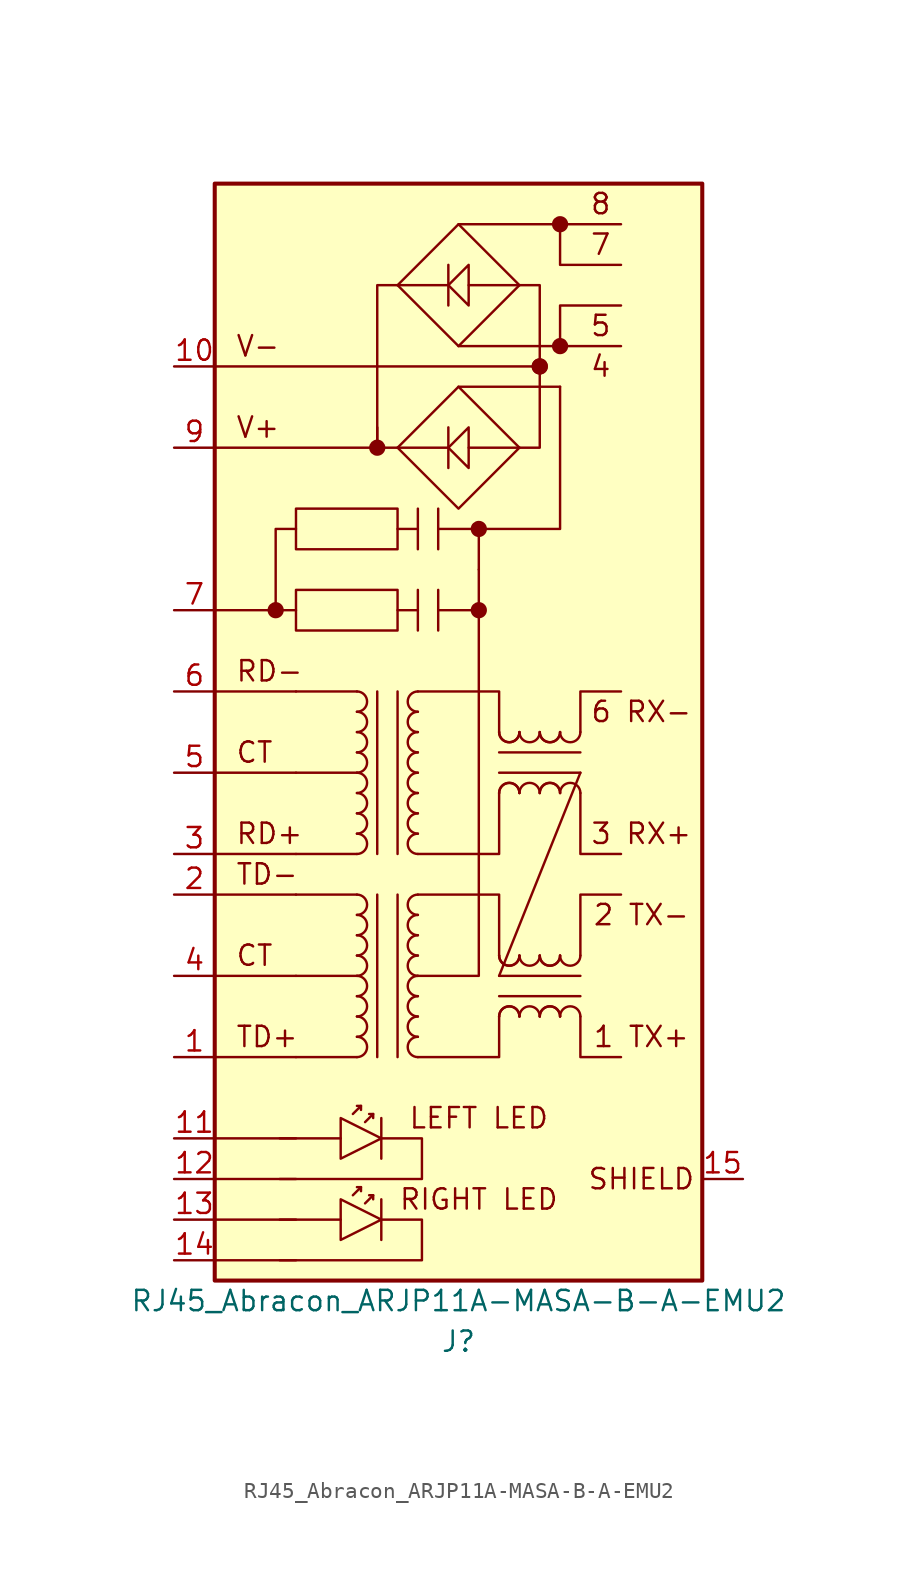
<source format=kicad_sym>
(kicad_symbol_lib
  (version 20200908)
  (generator kicad_symbol_editor)
  (symbol "Connector:RJ45_Abracon_ARJP11A-MASA-B-A-EMU2"
    (pin_names
      (offset 1.016) hide)
    (property "Reference" "J"
      (at 0 -38.1 0)
      (effects (font (size 1.27 1.27))))
    (property "Value" "RJ45_Abracon_ARJP11A-MASA-B-A-EMU2"
      (at 0 -35.56 0)
      (effects (font (size 1.27 1.27))))
    (symbol "RJ45_Abracon_ARJP11A-MASA-B-A-EMU2_0_1"
      (arc (start -6.35 -16.51) (end -6.35 -15.24) (radius (at -6.35 -15.875) (length 0.635) (angles -89.9 89.9)) (stroke (width 0)) (fill (type none)))
      (arc (start -6.35 -13.97) (end -6.35 -13.97) (radius (at -6.35 -15.24) (length 1.27) (angles 90 90)) (stroke (width 0)) (fill (type none)))
      (arc (start -6.35 -15.24) (end -6.35 -13.97) (radius (at -6.35 -14.605) (length 0.635) (angles -89.9 89.9)) (stroke (width 0)) (fill (type none)))
      (arc (start -6.35 -11.43) (end -6.35 -10.16) (radius (at -6.35 -10.795) (length 0.635) (angles -89.9 89.9)) (stroke (width 0)) (fill (type none)))
      (polyline (pts (xy -6.35 -20.32) (xy -10.16 -20.32)) (stroke (width 0)) (fill (type none)))
      (polyline (pts (xy -6.35 -15.24) (xy -10.16 -15.24)) (stroke (width 0)) (fill (type none)))
      (polyline (pts (xy -6.35 -10.16) (xy -10.16 -10.16)) (stroke (width 0)) (fill (type none)))
      (polyline (pts (xy -6.35 -7.62) (xy -10.16 -7.62)) (stroke (width 0)) (fill (type none)))
      (polyline (pts (xy -6.35 -2.54) (xy -10.16 -2.54)) (stroke (width 0)) (fill (type none)))
      (polyline (pts (xy -6.35 2.54) (xy -10.16 2.54)) (stroke (width 0)) (fill (type none)))
      (polyline (pts (xy -6.096 -28.448) (xy -6.35 -28.448)) (stroke (width 0)) (fill (type none)))
      (polyline (pts (xy -5.334 -28.956) (xy -5.588 -28.956)) (stroke (width 0)) (fill (type none)))
      (polyline (pts (xy -4.826 -24.13) (xy -4.826 -26.67)) (stroke (width 0)) (fill (type none)))
      (polyline (pts (xy -1.27 7.62) (xy 1.27 7.62)) (stroke (width 0)) (fill (type none)))
      (polyline (pts (xy -0.635 17.78) (xy -3.81 17.78)) (stroke (width 0)) (fill (type none)))
      (polyline (pts (xy -0.635 19.05) (xy -0.635 16.51)) (stroke (width 0)) (fill (type none)))
      (polyline (pts (xy 0.635 17.78) (xy 3.81 17.78)) (stroke (width 0)) (fill (type none)))
      (polyline (pts (xy -6.604 -28.956) (xy -6.096 -28.448) (xy -6.096 -28.702)) (stroke (width 0)) (fill (type none)))
      (polyline (pts (xy -5.842 -29.464) (xy -5.334 -28.956) (xy -5.334 -29.21)) (stroke (width 0)) (fill (type none)))
      (polyline (pts (xy -7.366 -24.13) (xy -7.366 -26.67) (xy -4.826 -25.4) (xy -7.366 -24.13)) (stroke (width 0)) (fill (type none)))
      (polyline (pts (xy 0.635 19.05) (xy 0.635 16.51) (xy -0.635 17.78) (xy 0.635 19.05)) (stroke (width 0)) (fill (type none))))
    (symbol "RJ45_Abracon_ARJP11A-MASA-B-A-EMU2_1_1"
      (arc (start -6.35 -20.32) (end -6.35 -19.05) (radius (at -6.35 -19.685) (length 0.635) (angles -89.9 89.9)) (stroke (width 0)) (fill (type none)))
      (arc (start -6.35 -17.78) (end -6.35 -17.78) (radius (at -6.35 -19.05) (length 1.27) (angles 90 90)) (stroke (width 0)) (fill (type none)))
      (arc (start -6.35 -19.05) (end -6.35 -17.78) (radius (at -6.35 -18.415) (length 0.635) (angles -89.9 89.9)) (stroke (width 0)) (fill (type none)))
      (arc (start -6.35 -17.78) (end -6.35 -16.51) (radius (at -6.35 -17.145) (length 0.635) (angles -89.9 89.9)) (stroke (width 0)) (fill (type none)))
      (arc (start -6.35 -13.97) (end -6.35 -12.7) (radius (at -6.35 -13.335) (length 0.635) (angles -89.9 89.9)) (stroke (width 0)) (fill (type none)))
      (arc (start -6.35 -12.7) (end -6.35 -11.43) (radius (at -6.35 -12.065) (length 0.635) (angles -89.9 89.9)) (stroke (width 0)) (fill (type none)))
      (arc (start -6.35 -7.62) (end -6.35 -6.35) (radius (at -6.35 -6.985) (length 0.635) (angles -89.9 89.9)) (stroke (width 0)) (fill (type none)))
      (arc (start -6.35 -5.08) (end -6.35 -5.08) (radius (at -6.35 -6.35) (length 1.27) (angles 90 90)) (stroke (width 0)) (fill (type none)))
      (arc (start -6.35 -6.35) (end -6.35 -5.08) (radius (at -6.35 -5.715) (length 0.635) (angles -89.9 89.9)) (stroke (width 0)) (fill (type none)))
      (arc (start -6.35 -3.81) (end -6.35 -3.81) (radius (at -6.35 -5.08) (length 1.27) (angles 90 90)) (stroke (width 0)) (fill (type none)))
      (arc (start -6.35 -5.08) (end -6.35 -3.81) (radius (at -6.35 -4.445) (length 0.635) (angles -89.9 89.9)) (stroke (width 0)) (fill (type none)))
      (arc (start -6.35 -3.81) (end -6.35 -2.54) (radius (at -6.35 -3.175) (length 0.635) (angles -89.9 89.9)) (stroke (width 0)) (fill (type none)))
      (arc (start -6.35 -2.54) (end -6.35 -1.27) (radius (at -6.35 -1.905) (length 0.635) (angles -89.9 89.9)) (stroke (width 0)) (fill (type none)))
      (arc (start -6.35 -1.27) (end -6.35 0) (radius (at -6.35 -0.635) (length 0.635) (angles -89.9 89.9)) (stroke (width 0)) (fill (type none)))
      (arc (start -6.35 1.27) (end -6.35 1.27) (radius (at -6.35 0) (length 1.27) (angles 90 90)) (stroke (width 0)) (fill (type none)))
      (arc (start -6.35 0) (end -6.35 1.27) (radius (at -6.35 0.635) (length 0.635) (angles -89.9 89.9)) (stroke (width 0)) (fill (type none)))
      (arc (start -6.35 1.27) (end -6.35 2.54) (radius (at -6.35 1.905) (length 0.635) (angles -89.9 89.9)) (stroke (width 0)) (fill (type none)))
      (arc (start -2.54 -19.05) (end -2.54 -20.32) (radius (at -2.54 -19.685) (length 0.635) (angles 90.1 -90.1)) (stroke (width 0)) (fill (type none)))
      (arc (start -2.54 -17.78) (end -2.54 -19.05) (radius (at -2.54 -18.415) (length 0.635) (angles 90.1 -90.1)) (stroke (width 0)) (fill (type none)))
      (arc (start -2.54 -19.05) (end -2.54 -19.05) (radius (at -2.54 -17.78) (length 1.27) (angles -90 -90)) (stroke (width 0)) (fill (type none)))
      (arc (start -2.54 -16.51) (end -2.54 -17.78) (radius (at -2.54 -17.145) (length 0.635) (angles 90.1 -90.1)) (stroke (width 0)) (fill (type none)))
      (arc (start -2.54 -15.24) (end -2.54 -16.51) (radius (at -2.54 -15.875) (length 0.635) (angles 90.1 -90.1)) (stroke (width 0)) (fill (type none)))
      (arc (start -2.54 -13.97) (end -2.54 -15.24) (radius (at -2.54 -14.605) (length 0.635) (angles 90.1 -90.1)) (stroke (width 0)) (fill (type none)))
      (arc (start -2.54 -15.24) (end -2.54 -15.24) (radius (at -2.54 -13.97) (length 1.27) (angles -90 -90)) (stroke (width 0)) (fill (type none)))
      (arc (start -2.54 -12.7) (end -2.54 -13.97) (radius (at -2.54 -13.335) (length 0.635) (angles 90.1 -90.1)) (stroke (width 0)) (fill (type none)))
      (arc (start -2.54 -11.43) (end -2.54 -12.7) (radius (at -2.54 -12.065) (length 0.635) (angles 90.1 -90.1)) (stroke (width 0)) (fill (type none)))
      (arc (start -2.54 -10.16) (end -2.54 -11.43) (radius (at -2.54 -10.795) (length 0.635) (angles 90.1 -90.1)) (stroke (width 0)) (fill (type none)))
      (arc (start -2.54 -6.35) (end -2.54 -7.62) (radius (at -2.54 -6.985) (length 0.635) (angles 90.1 -90.1)) (stroke (width 0)) (fill (type none)))
      (arc (start -2.54 -5.08) (end -2.54 -6.35) (radius (at -2.54 -5.715) (length 0.635) (angles 90.1 -90.1)) (stroke (width 0)) (fill (type none)))
      (arc (start -2.54 -6.35) (end -2.54 -6.35) (radius (at -2.54 -5.08) (length 1.27) (angles -90 -90)) (stroke (width 0)) (fill (type none)))
      (arc (start -2.54 -3.81) (end -2.54 -5.08) (radius (at -2.54 -4.445) (length 0.635) (angles 90.1 -90.1)) (stroke (width 0)) (fill (type none)))
      (arc (start -2.54 -2.54) (end -2.54 -3.81) (radius (at -2.54 -3.175) (length 0.635) (angles 90.1 -90.1)) (stroke (width 0)) (fill (type none)))
      (arc (start -2.54 -3.81) (end -2.54 -3.81) (radius (at -2.54 -2.54) (length 1.27) (angles -90 -90)) (stroke (width 0)) (fill (type none)))
      (arc (start -2.54 -1.27) (end -2.54 -2.54) (radius (at -2.54 -1.905) (length 0.635) (angles 90.1 -90.1)) (stroke (width 0)) (fill (type none)))
      (arc (start -2.54 0) (end -2.54 -1.27) (radius (at -2.54 -0.635) (length 0.635) (angles 90.1 -90.1)) (stroke (width 0)) (fill (type none)))
      (arc (start -2.54 1.27) (end -2.54 0) (radius (at -2.54 0.635) (length 0.635) (angles 90.1 -90.1)) (stroke (width 0)) (fill (type none)))
      (arc (start -2.54 0) (end -2.54 0) (radius (at -2.54 1.27) (length 1.27) (angles -90 -90)) (stroke (width 0)) (fill (type none)))
      (arc (start -2.54 2.54) (end -2.54 1.27) (radius (at -2.54 1.905) (length 0.635) (angles 90.1 -90.1)) (stroke (width 0)) (fill (type none)))
      (arc (start 3.81 -13.97) (end 3.81 -13.97) (radius (at 2.54 -13.97) (length 1.27) (angles 0 0)) (stroke (width 0)) (fill (type none)))
      (arc (start 3.81 0) (end 3.81 0) (radius (at 2.54 0) (length 1.27) (angles 0 0)) (stroke (width 0)) (fill (type none)))
      (arc (start 3.81 -17.78) (end 2.54 -17.78) (radius (at 3.175 -17.78) (length 0.635) (angles 0.1 179.9)) (stroke (width 0)) (fill (type none)))
      (arc (start 3.81 -17.78) (end 2.54 -17.78) (radius (at 3.175 -17.78) (length 0.635) (angles 0.1 179.9)) (stroke (width 0)) (fill (type none)))
      (arc (start 2.54 -13.97) (end 3.81 -13.97) (radius (at 3.175 -13.97) (length 0.635) (angles -179.9 -0.1)) (stroke (width 0)) (fill (type none)))
      (arc (start 2.54 -13.97) (end 3.81 -13.97) (radius (at 3.175 -13.97) (length 0.635) (angles -179.9 -0.1)) (stroke (width 0)) (fill (type none)))
      (arc (start 3.81 -3.81) (end 2.54 -3.81) (radius (at 3.175 -3.81) (length 0.635) (angles 0.1 179.9)) (stroke (width 0)) (fill (type none)))
      (arc (start 3.81 -3.81) (end 2.54 -3.81) (radius (at 3.175 -3.81) (length 0.635) (angles 0.1 179.9)) (stroke (width 0)) (fill (type none)))
      (arc (start 2.54 0) (end 3.81 0) (radius (at 3.175 0) (length 0.635) (angles -179.9 -0.1)) (stroke (width 0)) (fill (type none)))
      (arc (start 2.54 0) (end 3.81 0) (radius (at 3.175 0) (length 0.635) (angles -179.9 -0.1)) (stroke (width 0)) (fill (type none)))
      (arc (start 2.54 -17.78) (end 2.54 -17.78) (radius (at 3.81 -17.78) (length 1.27) (angles 180 180)) (stroke (width 0)) (fill (type none)))
      (arc (start 2.54 -3.81) (end 2.54 -3.81) (radius (at 3.81 -3.81) (length 1.27) (angles 180 180)) (stroke (width 0)) (fill (type none)))
      (arc (start 5.08 -17.78) (end 3.81 -17.78) (radius (at 4.445 -17.78) (length 0.635) (angles 0.1 179.9)) (stroke (width 0)) (fill (type none)))
      (arc (start 3.81 -13.97) (end 5.08 -13.97) (radius (at 4.445 -13.97) (length 0.635) (angles -179.9 -0.1)) (stroke (width 0)) (fill (type none)))
      (arc (start 5.08 -3.81) (end 3.81 -3.81) (radius (at 4.445 -3.81) (length 0.635) (angles 0.1 179.9)) (stroke (width 0)) (fill (type none)))
      (arc (start 3.81 0) (end 5.08 0) (radius (at 4.445 0) (length 0.635) (angles -179.9 -0.1)) (stroke (width 0)) (fill (type none)))
      (arc (start 6.35 -13.97) (end 6.35 -13.97) (radius (at 5.08 -13.97) (length 1.27) (angles 0 0)) (stroke (width 0)) (fill (type none)))
      (arc (start 6.35 0) (end 6.35 0) (radius (at 5.08 0) (length 1.27) (angles 0 0)) (stroke (width 0)) (fill (type none)))
      (arc (start 6.35 -17.78) (end 5.08 -17.78) (radius (at 5.715 -17.78) (length 0.635) (angles 0.1 179.9)) (stroke (width 0)) (fill (type none)))
      (arc (start 6.35 -17.78) (end 5.08 -17.78) (radius (at 5.715 -17.78) (length 0.635) (angles 0.1 179.9)) (stroke (width 0)) (fill (type none)))
      (arc (start 5.08 -13.97) (end 6.35 -13.97) (radius (at 5.715 -13.97) (length 0.635) (angles -179.9 -0.1)) (stroke (width 0)) (fill (type none)))
      (arc (start 5.08 -13.97) (end 6.35 -13.97) (radius (at 5.715 -13.97) (length 0.635) (angles -179.9 -0.1)) (stroke (width 0)) (fill (type none)))
      (arc (start 6.35 -3.81) (end 5.08 -3.81) (radius (at 5.715 -3.81) (length 0.635) (angles 0.1 179.9)) (stroke (width 0)) (fill (type none)))
      (arc (start 6.35 -3.81) (end 5.08 -3.81) (radius (at 5.715 -3.81) (length 0.635) (angles 0.1 179.9)) (stroke (width 0)) (fill (type none)))
      (arc (start 5.08 0) (end 6.35 0) (radius (at 5.715 0) (length 0.635) (angles -179.9 -0.1)) (stroke (width 0)) (fill (type none)))
      (arc (start 5.08 0) (end 6.35 0) (radius (at 5.715 0) (length 0.635) (angles -179.9 -0.1)) (stroke (width 0)) (fill (type none)))
      (arc (start 5.08 -17.78) (end 5.08 -17.78) (radius (at 6.35 -17.78) (length 1.27) (angles 180 180)) (stroke (width 0)) (fill (type none)))
      (arc (start 5.08 -3.81) (end 5.08 -3.81) (radius (at 6.35 -3.81) (length 1.27) (angles 180 180)) (stroke (width 0)) (fill (type none)))
      (arc (start 7.62 -17.78) (end 6.35 -17.78) (radius (at 6.985 -17.78) (length 0.635) (angles 0.1 179.9)) (stroke (width 0)) (fill (type none)))
      (arc (start 6.35 -13.97) (end 7.62 -13.97) (radius (at 6.985 -13.97) (length 0.635) (angles -179.9 -0.1)) (stroke (width 0)) (fill (type none)))
      (arc (start 7.62 -3.81) (end 6.35 -3.81) (radius (at 6.985 -3.81) (length 0.635) (angles 0.1 179.9)) (stroke (width 0)) (fill (type none)))
      (arc (start 6.35 0) (end 7.62 0) (radius (at 6.985 0) (length 0.635) (angles -179.9 -0.1)) (stroke (width 0)) (fill (type none)))
      (circle (center -11.43 7.62) (radius 0) (stroke (width 0.508)) (fill (type none)))
      (circle (center -5.08 17.78) (radius 0) (stroke (width 0.508)) (fill (type none)))
      (circle (center 1.27 12.7) (radius 0) (stroke (width 0.508)) (fill (type none)))
      (circle (center 5.08 22.86) (radius 0) (stroke (width 0.508)) (fill (type none)))
      (circle (center 5.08 22.86) (radius 0) (stroke (width 0.508)) (fill (type none)))
      (circle (center 6.35 24.13) (radius 0) (stroke (width 0.508)) (fill (type none)))
      (circle (center 6.35 31.75) (radius 0) (stroke (width 0.508)) (fill (type none)))
      (text "CT" (at -13.97 -13.97 0) (effects (font (size 1.27 1.27)) (justify left)))
      (text "RD+" (at -13.97 -6.35 0) (effects (font (size 1.27 1.27)) (justify left)))
      (text "RIGHT LED" (at 1.27 -29.21 0) (effects (font (size 1.27 1.27))))
      (text "TD+" (at -13.97 -19.05 0) (effects (font (size 1.27 1.27)) (justify left)))
      (text "TD-" (at -13.97 -8.89 0) (effects (font (size 1.27 1.27)) (justify left)))
      (rectangle (start -3.81 13.97) (end -10.16 11.43) (stroke (width 0)) (fill (type none)))
      (polyline (pts (xy -11.176 -30.48) (xy -7.366 -30.48)) (stroke (width 0)) (fill (type none)))
      (polyline (pts (xy -6.096 -23.368) (xy -6.35 -23.368)) (stroke (width 0)) (fill (type none)))
      (polyline (pts (xy -5.334 -23.876) (xy -5.588 -23.876)) (stroke (width 0)) (fill (type none)))
      (polyline (pts (xy -5.08 -10.16) (xy -5.08 -20.32)) (stroke (width 0)) (fill (type none)))
      (polyline (pts (xy -5.08 2.54) (xy -5.08 -7.62)) (stroke (width 0)) (fill (type none)))
      (polyline (pts (xy -4.826 -29.21) (xy -4.826 -31.75)) (stroke (width 0)) (fill (type none)))
      (polyline (pts (xy -3.81 -20.32) (xy -3.81 -10.16)) (stroke (width 0)) (fill (type none)))
      (polyline (pts (xy -3.81 -7.62) (xy -3.81 2.54)) (stroke (width 0)) (fill (type none)))
      (polyline (pts (xy -2.54 13.97) (xy -2.54 11.43)) (stroke (width 0)) (fill (type none)))
      (polyline (pts (xy -0.635 27.94) (xy -3.81 27.94)) (stroke (width 0)) (fill (type none)))
      (polyline (pts (xy -0.635 29.21) (xy -0.635 26.67)) (stroke (width 0)) (fill (type none)))
      (polyline (pts (xy 0.635 27.94) (xy 3.81 27.94)) (stroke (width 0)) (fill (type none)))
      (polyline (pts (xy 2.54 -16.51) (xy 7.62 -16.51)) (stroke (width 0)) (fill (type none)))
      (polyline (pts (xy 2.54 -15.24) (xy 7.62 -2.54)) (stroke (width 0)) (fill (type none)))
      (polyline (pts (xy 2.54 -2.54) (xy 7.62 -2.54)) (stroke (width 0)) (fill (type none)))
      (polyline (pts (xy 7.62 -15.24) (xy 2.54 -15.24)) (stroke (width 0)) (fill (type none)))
      (polyline (pts (xy 7.62 -1.27) (xy 2.54 -1.27)) (stroke (width 0)) (fill (type none)))
      (polyline (pts (xy -6.604 -23.876) (xy -6.096 -23.368) (xy -6.096 -23.622)) (stroke (width 0)) (fill (type none)))
      (polyline (pts (xy -5.842 -24.384) (xy -5.334 -23.876) (xy -5.334 -24.13)) (stroke (width 0)) (fill (type none)))
      (polyline (pts (xy -2.54 -10.16) (xy 2.54 -10.16) (xy 2.54 -13.97)) (stroke (width 0)) (fill (type none)))
      (polyline (pts (xy -2.54 -7.62) (xy 2.54 -7.62) (xy 2.54 -3.81)) (stroke (width 0)) (fill (type none)))
      (polyline (pts (xy -2.54 2.54) (xy 2.54 2.54) (xy 2.54 0)) (stroke (width 0)) (fill (type none)))
      (polyline (pts (xy 2.54 -17.78) (xy 2.54 -20.32) (xy -2.54 -20.32)) (stroke (width 0)) (fill (type none)))
      (polyline (pts (xy 7.62 -17.78) (xy 7.62 -20.32) (xy 10.16 -20.32)) (stroke (width 0)) (fill (type none)))
      (polyline (pts (xy 7.62 -13.97) (xy 7.62 -10.16) (xy 10.16 -10.16)) (stroke (width 0)) (fill (type none)))
      (polyline (pts (xy 7.62 -3.81) (xy 7.62 -7.62) (xy 10.16 -7.62)) (stroke (width 0)) (fill (type none)))
      (polyline (pts (xy 7.62 0) (xy 7.62 2.54) (xy 10.16 2.54)) (stroke (width 0)) (fill (type none)))
      (polyline (pts (xy -7.366 -29.21) (xy -7.366 -31.75) (xy -4.826 -30.48) (xy -7.366 -29.21)) (stroke (width 0)) (fill (type none)))
      (polyline (pts (xy -4.826 -30.48) (xy -2.286 -30.48) (xy -2.286 -33.02) (xy -11.176 -33.02)) (stroke (width 0)) (fill (type none)))
      (polyline (pts (xy 0.635 29.21) (xy 0.635 26.67) (xy -0.635 27.94) (xy 0.635 29.21)) (stroke (width 0)) (fill (type none)))
      (polyline (pts (xy -3.81 27.94) (xy 0 24.13) (xy 3.81 27.94) (xy 0 31.75) (xy -3.81 27.94)) (stroke (width 0)) (fill (type none)))
      (pin passive line (at -17.78 -20.32 0) (length 2.54) (name "TD+" (effects (font (size 1.27 1.27)))) (number "1" (effects (font (size 1.27 1.27)))))
      (pin power_out line (at -17.78 22.86 0) (length 2.54) (name "V-" (effects (font (size 1.27 1.27)))) (number "10" (effects (font (size 1.27 1.27)))))
      (pin passive line (at -17.78 -25.4 0) (length 2.54) (name "LLED+" (effects (font (size 1.27 1.27)))) (number "11" (effects (font (size 1.27 1.27)))))
      (pin passive line (at -17.78 -27.94 0) (length 2.54) (name "LLED-" (effects (font (size 1.27 1.27)))) (number "12" (effects (font (size 1.27 1.27)))))
      (pin passive line (at -17.78 -30.48 0) (length 2.54) (name "RLED+" (effects (font (size 1.27 1.27)))) (number "13" (effects (font (size 1.27 1.27)))))
      (pin passive line (at -17.78 -33.02 0) (length 2.54) (name "RLED-" (effects (font (size 1.27 1.27)))) (number "14" (effects (font (size 1.27 1.27)))))
      (pin passive line (at 17.78 -27.94 180) (length 2.54) (name "SHIELD" (effects (font (size 1.27 1.27)))) (number "15" (effects (font (size 1.27 1.27)))))
      (pin passive line (at -17.78 -10.16 0) (length 2.54) (name "TD-" (effects (font (size 1.27 1.27)))) (number "2" (effects (font (size 1.27 1.27)))))
      (pin passive line (at -17.78 -7.62 0) (length 2.54) (name "RD+" (effects (font (size 1.27 1.27)))) (number "3" (effects (font (size 1.27 1.27)))))
      (pin passive line (at -17.78 -15.24 0) (length 2.54) (name "CT" (effects (font (size 1.27 1.27)))) (number "4" (effects (font (size 1.27 1.27)))))
      (pin passive line (at -17.78 -2.54 0) (length 2.54) (name "CT" (effects (font (size 1.27 1.27)))) (number "5" (effects (font (size 1.27 1.27)))))
      (pin passive line (at -17.78 2.54 0) (length 2.54) (name "RD-" (effects (font (size 1.27 1.27)))) (number "6" (effects (font (size 1.27 1.27)))))
      (pin passive line (at -17.78 7.62 0) (length 2.54) (name "7" (effects (font (size 1.27 1.27)))) (number "7" (effects (font (size 1.27 1.27)))))
      (pin power_out line (at -17.78 17.78 0) (length 2.54) (name "V+" (effects (font (size 1.27 1.27)))) (number "9" (effects (font (size 1.27 1.27))))))
    (symbol "RJ45_Abracon_ARJP11A-MASA-B-A-EMU2_0_0"
      (circle (center 1.27 7.62) (radius 0) (stroke (width 0.508)) (fill (type none)))
      (text "1 TX+" (at 11.43 -19.05 0) (effects (font (size 1.27 1.27))))
      (text "2 TX-" (at 11.43 -11.43 0) (effects (font (size 1.27 1.27))))
      (text "3 RX+" (at 11.43 -6.35 0) (effects (font (size 1.27 1.27))))
      (text "4" (at 8.89 22.86 0) (effects (font (size 1.27 1.27))))
      (text "5" (at 8.89 25.4 0) (effects (font (size 1.27 1.27))))
      (text "6 RX-" (at 11.43 1.27 0) (effects (font (size 1.27 1.27))))
      (text "7" (at 8.89 30.48 0) (effects (font (size 1.27 1.27))))
      (text "8" (at 8.89 33.02 0) (effects (font (size 1.27 1.27))))
      (text "CT" (at -13.97 -1.27 0) (effects (font (size 1.27 1.27)) (justify left)))
      (text "LEFT LED" (at 1.27 -24.13 0) (effects (font (size 1.27 1.27))))
      (text "RD-" (at -13.97 3.81 0) (effects (font (size 1.27 1.27)) (justify left)))
      (text "SHIELD" (at 11.43 -27.94 0) (effects (font (size 1.27 1.27))))
      (text "V+" (at -13.97 19.05 0) (effects (font (size 1.27 1.27)) (justify left)))
      (text "V-" (at -13.97 24.13 0) (effects (font (size 1.27 1.27)) (justify left)))
      (rectangle (start -15.24 -34.29) (end 15.24 34.29) (stroke (width 0.254)) (fill (type background)))
      (rectangle (start -3.81 8.89) (end -10.16 6.35) (stroke (width 0)) (fill (type none)))
      (polyline (pts (xy -15.24 -33.02) (xy -10.16 -33.02)) (stroke (width 0)) (fill (type none)))
      (polyline (pts (xy -15.24 -30.48) (xy -10.16 -30.48)) (stroke (width 0)) (fill (type none)))
      (polyline (pts (xy -15.24 -27.94) (xy -10.16 -27.94)) (stroke (width 0)) (fill (type none)))
      (polyline (pts (xy -15.24 -25.4) (xy -10.16 -25.4)) (stroke (width 0)) (fill (type none)))
      (polyline (pts (xy -15.24 -20.32) (xy -10.16 -20.32)) (stroke (width 0)) (fill (type none)))
      (polyline (pts (xy -15.24 -15.24) (xy -10.16 -15.24)) (stroke (width 0)) (fill (type none)))
      (polyline (pts (xy -15.24 -10.16) (xy -10.16 -10.16)) (stroke (width 0)) (fill (type none)))
      (polyline (pts (xy -15.24 -7.62) (xy -10.16 -7.62)) (stroke (width 0)) (fill (type none)))
      (polyline (pts (xy -15.24 -2.54) (xy -10.16 -2.54)) (stroke (width 0)) (fill (type none)))
      (polyline (pts (xy -15.24 2.54) (xy -10.16 2.54)) (stroke (width 0)) (fill (type none)))
      (polyline (pts (xy -15.24 22.86) (xy 5.08 22.86)) (stroke (width 0)) (fill (type none)))
      (polyline (pts (xy -11.43 7.62) (xy -15.24 7.62)) (stroke (width 0)) (fill (type none)))
      (polyline (pts (xy -11.176 -25.4) (xy -7.366 -25.4)) (stroke (width 0)) (fill (type none)))
      (polyline (pts (xy -10.16 7.62) (xy -11.43 7.62)) (stroke (width 0)) (fill (type none)))
      (polyline (pts (xy -5.08 17.78) (xy -15.24 17.78)) (stroke (width 0)) (fill (type none)))
      (polyline (pts (xy -5.08 17.78) (xy -3.81 17.78)) (stroke (width 0)) (fill (type none)))
      (polyline (pts (xy -5.08 19.05) (xy -5.08 17.78)) (stroke (width 0)) (fill (type none)))
      (polyline (pts (xy -3.81 7.62) (xy -2.54 7.62)) (stroke (width 0)) (fill (type none)))
      (polyline (pts (xy -3.81 12.7) (xy -2.54 12.7)) (stroke (width 0)) (fill (type none)))
      (polyline (pts (xy -2.54 8.89) (xy -2.54 6.35)) (stroke (width 0)) (fill (type none)))
      (polyline (pts (xy -1.27 8.89) (xy -1.27 6.35)) (stroke (width 0)) (fill (type none)))
      (polyline (pts (xy -1.27 13.97) (xy -1.27 11.43)) (stroke (width 0)) (fill (type none)))
      (polyline (pts (xy 0 21.59) (xy 6.35 21.59)) (stroke (width 0)) (fill (type none)))
      (polyline (pts (xy 0 24.13) (xy 10.16 24.13)) (stroke (width 0)) (fill (type none)))
      (polyline (pts (xy 0 31.75) (xy 10.16 31.75)) (stroke (width 0)) (fill (type none)))
      (polyline (pts (xy 1.27 10.16) (xy 1.27 12.7)) (stroke (width 0)) (fill (type none)))
      (polyline (pts (xy -10.16 12.7) (xy -11.43 12.7) (xy -11.43 7.62)) (stroke (width 0)) (fill (type none)))
      (polyline (pts (xy -3.81 27.94) (xy -5.08 27.94) (xy -5.08 17.78)) (stroke (width 0)) (fill (type none)))
      (polyline (pts (xy -1.27 12.7) (xy 0 12.7) (xy 1.27 12.7)) (stroke (width 0)) (fill (type none)))
      (polyline (pts (xy 1.27 12.7) (xy 6.35 12.7) (xy 6.35 21.59)) (stroke (width 0)) (fill (type none)))
      (polyline (pts (xy 6.35 24.13) (xy 6.35 26.67) (xy 10.16 26.67)) (stroke (width 0)) (fill (type none)))
      (polyline (pts (xy 6.35 31.75) (xy 6.35 29.21) (xy 10.16 29.21)) (stroke (width 0)) (fill (type none)))
      (polyline (pts (xy -4.826 -25.4) (xy -2.286 -25.4) (xy -2.286 -27.94) (xy -11.176 -27.94)) (stroke (width 0)) (fill (type none)))
      (polyline (pts (xy -2.54 -15.24) (xy -1.27 -15.24) (xy 1.27 -15.24) (xy 1.27 10.16)) (stroke (width 0)) (fill (type none)))
      (polyline (pts (xy 3.81 17.78) (xy 5.08 17.78) (xy 5.08 27.94) (xy 3.81 27.94)) (stroke (width 0)) (fill (type none)))
      (polyline (pts (xy -3.81 17.78) (xy 0 13.97) (xy 3.81 17.78) (xy 0 21.59) (xy -3.81 17.78)) (stroke (width 0)) (fill (type none))))))
</source>
